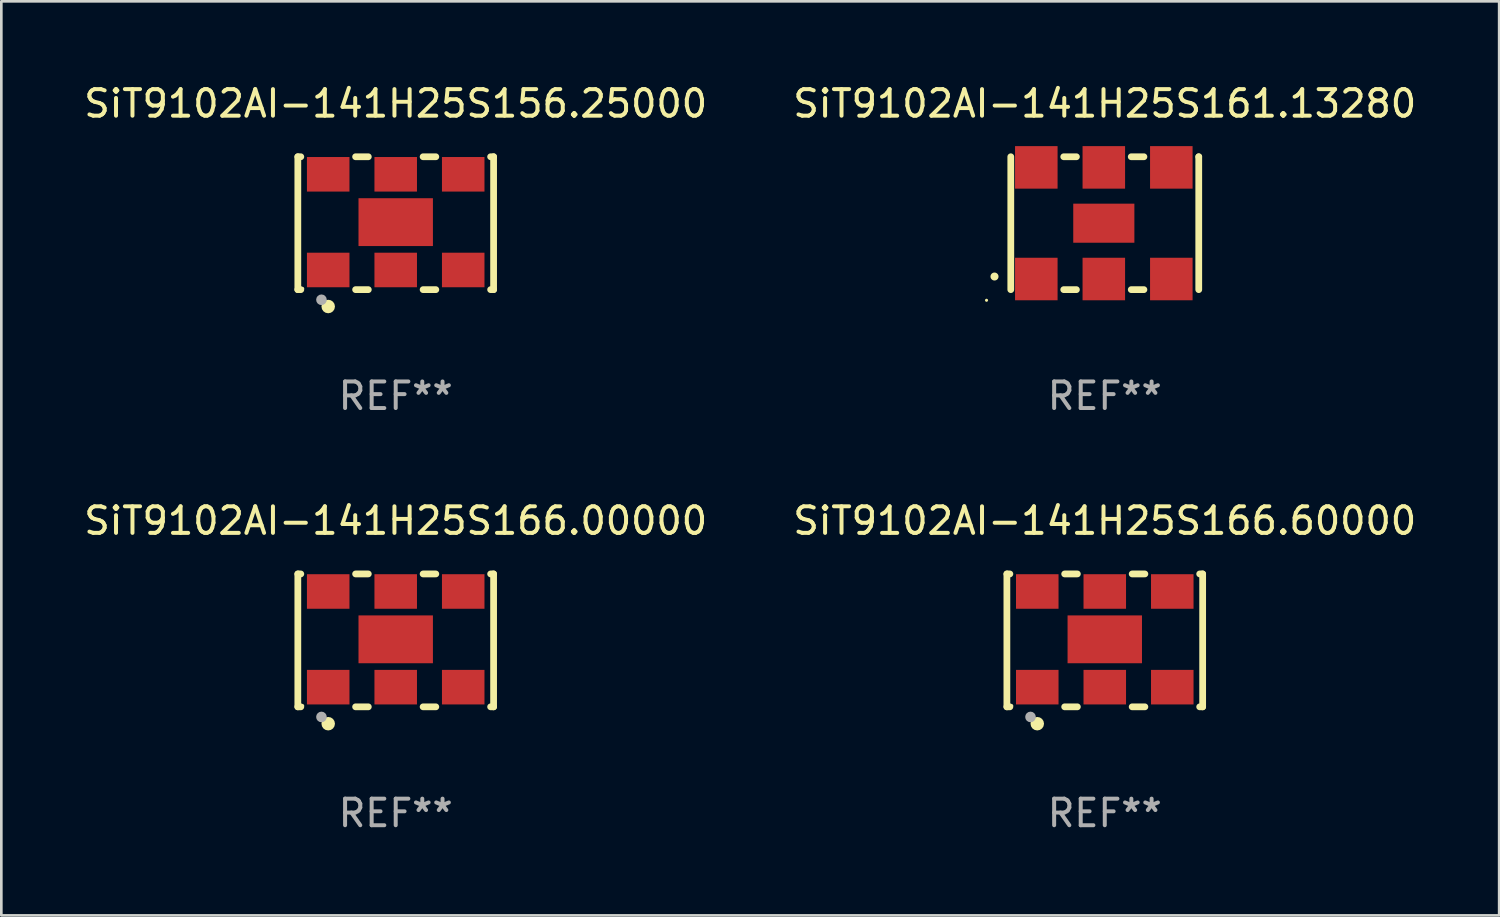
<source format=kicad_pcb>
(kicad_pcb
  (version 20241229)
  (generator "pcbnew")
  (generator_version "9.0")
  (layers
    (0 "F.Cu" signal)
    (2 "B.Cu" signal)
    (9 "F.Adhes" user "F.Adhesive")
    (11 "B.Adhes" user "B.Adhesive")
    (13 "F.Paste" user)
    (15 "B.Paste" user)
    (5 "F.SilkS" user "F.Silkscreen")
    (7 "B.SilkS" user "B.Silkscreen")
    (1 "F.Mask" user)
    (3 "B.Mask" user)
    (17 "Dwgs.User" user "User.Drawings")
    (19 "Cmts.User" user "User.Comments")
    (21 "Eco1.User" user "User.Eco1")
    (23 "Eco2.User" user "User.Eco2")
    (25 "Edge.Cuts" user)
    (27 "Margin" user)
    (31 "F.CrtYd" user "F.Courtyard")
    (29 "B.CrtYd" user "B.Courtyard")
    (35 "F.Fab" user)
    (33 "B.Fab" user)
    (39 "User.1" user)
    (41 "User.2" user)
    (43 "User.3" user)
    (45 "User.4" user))
  (footprint "SiT9102AI-141H25S156.25000"
    (layer "F.Cu")
    (at 11.839 5.348)
    (property "Reference" "SiT9102AI-141H25S156.25000" (at 0 -4.5 0) (layer "F.SilkS") (effects (font (size 1 1) (thickness 0.15))))
    (attr through_hole)
    (fp_line (start -3.683 -2.5) (end -3.571 -2.5) (stroke (width 0.254) (type solid)) (layer "F.SilkS"))
    (fp_line (start -3.683 2.5) (end -3.683 -2.5) (stroke (width 0.254) (type solid)) (layer "F.SilkS"))
    (fp_line (start -3.683 2.5) (end -3.571 2.5) (stroke (width 0.254) (type solid)) (layer "F.SilkS"))
    (fp_line (start -1.509 -2.5) (end -1.031 -2.5) (stroke (width 0.254) (type solid)) (layer "F.SilkS"))
    (fp_line (start -1.509 2.5) (end -1.031 2.5) (stroke (width 0.254) (type solid)) (layer "F.SilkS"))
    (fp_line (start 1.031 -2.5) (end 1.509 -2.5) (stroke (width 0.254) (type solid)) (layer "F.SilkS"))
    (fp_line (start 1.031 2.5) (end 1.509 2.5) (stroke (width 0.254) (type solid)) (layer "F.SilkS"))
    (fp_line (start 3.571 -2.5) (end 3.683 -2.5) (stroke (width 0.254) (type solid)) (layer "F.SilkS"))
    (fp_line (start 3.571 2.5) (end 3.683 2.5) (stroke (width 0.254) (type solid)) (layer "F.SilkS"))
    (fp_line (start 3.683 2.5) (end 3.683 -2.5) (stroke (width 0.254) (type solid)) (layer "F.SilkS"))
    (fp_circle (center -3.5 2.46) (end -3.47 2.46) (stroke (width 0.06) (type solid)) (fill no) (layer "F.SilkS"))
    (fp_circle (center -2.54 3.135) (end -2.413 3.135) (stroke (width 0.254) (type solid)) (fill no) (layer "F.SilkS"))
    (fp_circle (center -2.794 2.881) (end -2.694 2.881) (stroke (width 0.2) (type solid)) (fill no) (layer "F.Fab"))
    (fp_text user "REF**" (at 0 6.5 0) (layer "F.Fab") (effects (font (size 1 1) (thickness 0.15))))
    (pad "1" smd rect (at -2.54 1.76) (size 1.6 1.3) (layers "F.Cu" "F.Mask" "F.Paste"))
    (pad "2" smd rect (at 0 1.76) (size 1.6 1.3) (layers "F.Cu" "F.Mask" "F.Paste"))
    (pad "3" smd rect (at 2.54 1.76) (size 1.6 1.3) (layers "F.Cu" "F.Mask" "F.Paste"))
    (pad "4" smd rect (at 2.54 -1.84) (size 1.6 1.3) (layers "F.Cu" "F.Mask" "F.Paste"))
    (pad "5" smd rect (at 0 -1.84) (size 1.6 1.3) (layers "F.Cu" "F.Mask" "F.Paste"))
    (pad "6" smd rect (at -2.54 -1.84) (size 1.6 1.3) (layers "F.Cu" "F.Mask" "F.Paste"))
    (pad "7" smd rect (at 0 -0.04) (size 2.8 1.8) (layers "F.Cu" "F.Mask" "F.Paste")))
  (footprint "SiT9102AI-141H25S166.60000"
    (layer "F.Cu")
    (at 38.518 21.045)
    (property "Reference" "SiT9102AI-141H25S166.60000" (at 0 -4.5 0) (layer "F.SilkS") (effects (font (size 1 1) (thickness 0.15))))
    (attr through_hole)
    (fp_line (start -3.683 -2.5) (end -3.571 -2.5) (stroke (width 0.254) (type solid)) (layer "F.SilkS"))
    (fp_line (start -3.683 2.5) (end -3.683 -2.5) (stroke (width 0.254) (type solid)) (layer "F.SilkS"))
    (fp_line (start -3.683 2.5) (end -3.571 2.5) (stroke (width 0.254) (type solid)) (layer "F.SilkS"))
    (fp_line (start -1.509 -2.5) (end -1.031 -2.5) (stroke (width 0.254) (type solid)) (layer "F.SilkS"))
    (fp_line (start -1.509 2.5) (end -1.031 2.5) (stroke (width 0.254) (type solid)) (layer "F.SilkS"))
    (fp_line (start 1.031 -2.5) (end 1.509 -2.5) (stroke (width 0.254) (type solid)) (layer "F.SilkS"))
    (fp_line (start 1.031 2.5) (end 1.509 2.5) (stroke (width 0.254) (type solid)) (layer "F.SilkS"))
    (fp_line (start 3.571 -2.5) (end 3.683 -2.5) (stroke (width 0.254) (type solid)) (layer "F.SilkS"))
    (fp_line (start 3.571 2.5) (end 3.683 2.5) (stroke (width 0.254) (type solid)) (layer "F.SilkS"))
    (fp_line (start 3.683 2.5) (end 3.683 -2.5) (stroke (width 0.254) (type solid)) (layer "F.SilkS"))
    (fp_circle (center -3.5 2.46) (end -3.47 2.46) (stroke (width 0.06) (type solid)) (fill no) (layer "F.SilkS"))
    (fp_circle (center -2.54 3.135) (end -2.413 3.135) (stroke (width 0.254) (type solid)) (fill no) (layer "F.SilkS"))
    (fp_circle (center -2.794 2.881) (end -2.694 2.881) (stroke (width 0.2) (type solid)) (fill no) (layer "F.Fab"))
    (fp_text user "REF**" (at 0 6.5 0) (layer "F.Fab") (effects (font (size 1 1) (thickness 0.15))))
    (pad "1" smd rect (at -2.54 1.76) (size 1.6 1.3) (layers "F.Cu" "F.Mask" "F.Paste"))
    (pad "2" smd rect (at 0 1.76) (size 1.6 1.3) (layers "F.Cu" "F.Mask" "F.Paste"))
    (pad "3" smd rect (at 2.54 1.76) (size 1.6 1.3) (layers "F.Cu" "F.Mask" "F.Paste"))
    (pad "4" smd rect (at 2.54 -1.84) (size 1.6 1.3) (layers "F.Cu" "F.Mask" "F.Paste"))
    (pad "5" smd rect (at 0 -1.84) (size 1.6 1.3) (layers "F.Cu" "F.Mask" "F.Paste"))
    (pad "6" smd rect (at -2.54 -1.84) (size 1.6 1.3) (layers "F.Cu" "F.Mask" "F.Paste"))
    (pad "7" smd rect (at 0 -0.04) (size 2.8 1.8) (layers "F.Cu" "F.Mask" "F.Paste")))
  (footprint "SiT9102AI-141H25S161.13280"
    (layer "F.Cu")
    (at 38.518 5.348)
    (property "Reference" "SiT9102AI-141H25S161.13280" (at 0 -4.5 0) (layer "F.SilkS") (effects (font (size 1 1) (thickness 0.15))))
    (attr through_hole)
    (fp_line (start -3.536 -2.5) (end -3.536 2.5) (stroke (width 0.254) (type solid)) (layer "F.SilkS"))
    (fp_line (start -1.544 2.5) (end -1.067 2.5) (stroke (width 0.254) (type solid)) (layer "F.SilkS"))
    (fp_line (start -1.067 -2.5) (end -1.544 -2.5) (stroke (width 0.254) (type solid)) (layer "F.SilkS"))
    (fp_line (start 0.996 2.5) (end 1.473 2.5) (stroke (width 0.254) (type solid)) (layer "F.SilkS"))
    (fp_line (start 1.473 -2.5) (end 0.996 -2.5) (stroke (width 0.254) (type solid)) (layer "F.SilkS"))
    (fp_line (start 3.536 -2.5) (end 3.536 -2.5) (stroke (width 0.254) (type solid)) (layer "F.SilkS"))
    (fp_line (start 3.536 2.5) (end 3.536 -2.5) (stroke (width 0.254) (type solid)) (layer "F.SilkS"))
    (fp_arc (start -4.150432 2.006604) (mid -4.149162 2.006599) (end -4.147892 2.006604) (stroke (width 0.3) (type solid)) (layer "F.SilkS"))
    (fp_circle (center -4.449 2.9) (end -4.419 2.9) (stroke (width 0.06) (type solid)) (fill no) (layer "F.SilkS"))
    (fp_text user "REF**" (at 0 6.5 0) (layer "F.Fab") (effects (font (size 1 1) (thickness 0.15))))
    (pad "1" smd rect (at -2.576 2.1) (size 1.6 1.6) (layers "F.Cu" "F.Mask" "F.Paste"))
    (pad "2" smd rect (at -0.036 2.1) (size 1.6 1.6) (layers "F.Cu" "F.Mask" "F.Paste"))
    (pad "3" smd rect (at 2.504 2.1) (size 1.6 1.6) (layers "F.Cu" "F.Mask" "F.Paste"))
    (pad "4" smd rect (at 2.504 -2.1) (size 1.6 1.6) (layers "F.Cu" "F.Mask" "F.Paste"))
    (pad "5" smd rect (at -0.036 -2.1) (size 1.6 1.6) (layers "F.Cu" "F.Mask" "F.Paste"))
    (pad "6" smd rect (at -2.576 -2.1) (size 1.6 1.6) (layers "F.Cu" "F.Mask" "F.Paste"))
    (pad "7" smd rect (at -0.036 0) (size 2.3 1.47) (layers "F.Cu" "F.Mask" "F.Paste")))
  (footprint "SiT9102AI-141H25S166.00000"
    (layer "F.Cu")
    (at 11.839 21.045)
    (property "Reference" "SiT9102AI-141H25S166.00000" (at 0 -4.5 0) (layer "F.SilkS") (effects (font (size 1 1) (thickness 0.15))))
    (attr through_hole)
    (fp_line (start -3.683 -2.5) (end -3.571 -2.5) (stroke (width 0.254) (type solid)) (layer "F.SilkS"))
    (fp_line (start -3.683 2.5) (end -3.683 -2.5) (stroke (width 0.254) (type solid)) (layer "F.SilkS"))
    (fp_line (start -3.683 2.5) (end -3.571 2.5) (stroke (width 0.254) (type solid)) (layer "F.SilkS"))
    (fp_line (start -1.509 -2.5) (end -1.031 -2.5) (stroke (width 0.254) (type solid)) (layer "F.SilkS"))
    (fp_line (start -1.509 2.5) (end -1.031 2.5) (stroke (width 0.254) (type solid)) (layer "F.SilkS"))
    (fp_line (start 1.031 -2.5) (end 1.509 -2.5) (stroke (width 0.254) (type solid)) (layer "F.SilkS"))
    (fp_line (start 1.031 2.5) (end 1.509 2.5) (stroke (width 0.254) (type solid)) (layer "F.SilkS"))
    (fp_line (start 3.571 -2.5) (end 3.683 -2.5) (stroke (width 0.254) (type solid)) (layer "F.SilkS"))
    (fp_line (start 3.571 2.5) (end 3.683 2.5) (stroke (width 0.254) (type solid)) (layer "F.SilkS"))
    (fp_line (start 3.683 2.5) (end 3.683 -2.5) (stroke (width 0.254) (type solid)) (layer "F.SilkS"))
    (fp_circle (center -3.5 2.46) (end -3.47 2.46) (stroke (width 0.06) (type solid)) (fill no) (layer "F.SilkS"))
    (fp_circle (center -2.54 3.135) (end -2.413 3.135) (stroke (width 0.254) (type solid)) (fill no) (layer "F.SilkS"))
    (fp_circle (center -2.794 2.881) (end -2.694 2.881) (stroke (width 0.2) (type solid)) (fill no) (layer "F.Fab"))
    (fp_text user "REF**" (at 0 6.5 0) (layer "F.Fab") (effects (font (size 1 1) (thickness 0.15))))
    (pad "1" smd rect (at -2.54 1.76) (size 1.6 1.3) (layers "F.Cu" "F.Mask" "F.Paste"))
    (pad "2" smd rect (at 0 1.76) (size 1.6 1.3) (layers "F.Cu" "F.Mask" "F.Paste"))
    (pad "3" smd rect (at 2.54 1.76) (size 1.6 1.3) (layers "F.Cu" "F.Mask" "F.Paste"))
    (pad "4" smd rect (at 2.54 -1.84) (size 1.6 1.3) (layers "F.Cu" "F.Mask" "F.Paste"))
    (pad "5" smd rect (at 0 -1.84) (size 1.6 1.3) (layers "F.Cu" "F.Mask" "F.Paste"))
    (pad "6" smd rect (at -2.54 -1.84) (size 1.6 1.3) (layers "F.Cu" "F.Mask" "F.Paste"))
    (pad "7" smd rect (at 0 -0.04) (size 2.8 1.8) (layers "F.Cu" "F.Mask" "F.Paste")))
  (gr_rect
    (start -3 -3)
    (end 53.357 31.393)
    (stroke (width 0.1) (type default))
    (fill no)
    (layer "Edge.Cuts")))
</source>
